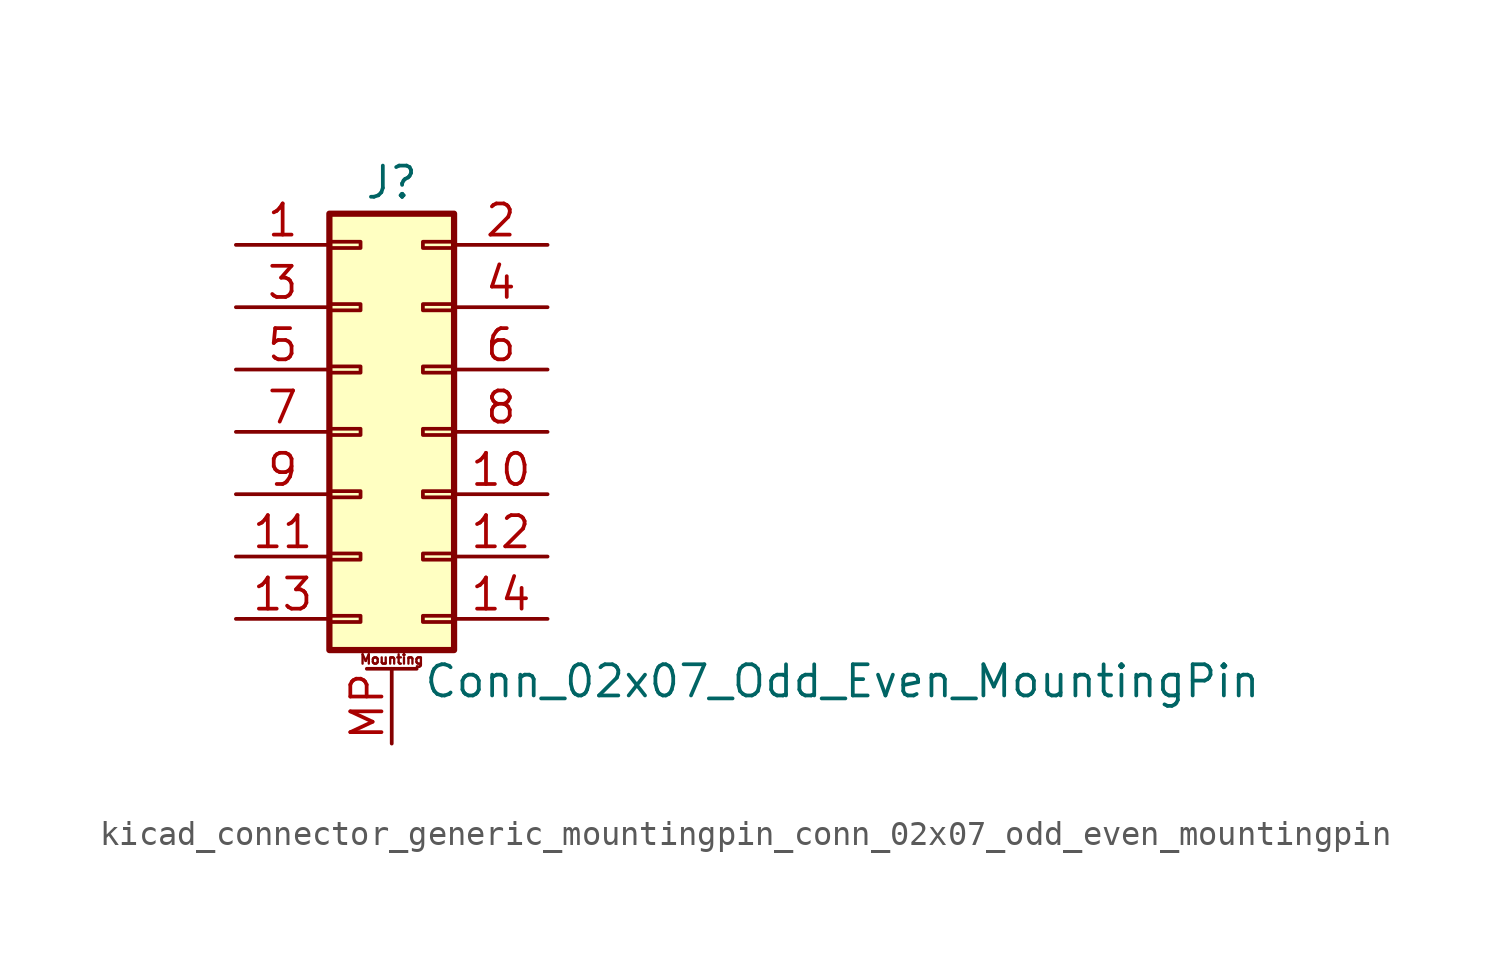
<source format=kicad_sym>
(kicad_symbol_lib
  (version 20220914)
  (generator kicad_symbol_editor)
  (symbol "kicad_connector_generic_mountingpin_conn_02x07_odd_even_mountingpin"
    (pin_names
      (offset 1.016) hide)
    (property "Reference" "J"
      (at 1.27 10.16 0)
      (effects (font (size 1.27 1.27))))
    (property "Value" "Conn_02x07_Odd_Even_MountingPin"
      (at 2.54 -10.16 0)
      (effects (font (size 1.27 1.27)) (justify left)))
    (symbol "kicad_connector_generic_mountingpin_conn_02x07_odd_even_mountingpin_1_1"
      (rectangle (start -1.27 -7.493) (end 0 -7.747) (stroke (width 0.152) (type default)) (fill (type none)))
      (rectangle (start -1.27 -4.953) (end 0 -5.207) (stroke (width 0.152) (type default)) (fill (type none)))
      (rectangle (start -1.27 -2.413) (end 0 -2.667) (stroke (width 0.152) (type default)) (fill (type none)))
      (rectangle (start -1.27 0.127) (end 0 -0.127) (stroke (width 0.152) (type default)) (fill (type none)))
      (rectangle (start -1.27 2.667) (end 0 2.413) (stroke (width 0.152) (type default)) (fill (type none)))
      (rectangle (start -1.27 5.207) (end 0 4.953) (stroke (width 0.152) (type default)) (fill (type none)))
      (rectangle (start -1.27 7.747) (end 0 7.493) (stroke (width 0.152) (type default)) (fill (type none)))
      (rectangle (start -1.27 8.89) (end 3.81 -8.89) (stroke (width 0.254) (type default)) (fill (type background)))
      (polyline (pts (xy 0.254 -9.652) (xy 2.286 -9.652)) (stroke (width 0.152) (type default)) (fill (type none)))
      (rectangle (start 3.81 -7.493) (end 2.54 -7.747) (stroke (width 0.152) (type default)) (fill (type none)))
      (rectangle (start 3.81 -4.953) (end 2.54 -5.207) (stroke (width 0.152) (type default)) (fill (type none)))
      (rectangle (start 3.81 -2.413) (end 2.54 -2.667) (stroke (width 0.152) (type default)) (fill (type none)))
      (rectangle (start 3.81 0.127) (end 2.54 -0.127) (stroke (width 0.152) (type default)) (fill (type none)))
      (rectangle (start 3.81 2.667) (end 2.54 2.413) (stroke (width 0.152) (type default)) (fill (type none)))
      (rectangle (start 3.81 5.207) (end 2.54 4.953) (stroke (width 0.152) (type default)) (fill (type none)))
      (rectangle (start 3.81 7.747) (end 2.54 7.493) (stroke (width 0.152) (type default)) (fill (type none)))
      (text "Mounting" (at 1.27 -9.271 0) (effects (font (size 0.381 0.381))))
      (pin passive line (at -5.08 7.62 0) (length 3.81) (name "Pin_1" (effects (font (size 1.27 1.27)))) (number "1" (effects (font (size 1.27 1.27)))))
      (pin passive line (at 7.62 -2.54 180) (length 3.81) (name "Pin_10" (effects (font (size 1.27 1.27)))) (number "10" (effects (font (size 1.27 1.27)))))
      (pin passive line (at -5.08 -5.08 0) (length 3.81) (name "Pin_11" (effects (font (size 1.27 1.27)))) (number "11" (effects (font (size 1.27 1.27)))))
      (pin passive line (at 7.62 -5.08 180) (length 3.81) (name "Pin_12" (effects (font (size 1.27 1.27)))) (number "12" (effects (font (size 1.27 1.27)))))
      (pin passive line (at -5.08 -7.62 0) (length 3.81) (name "Pin_13" (effects (font (size 1.27 1.27)))) (number "13" (effects (font (size 1.27 1.27)))))
      (pin passive line (at 7.62 -7.62 180) (length 3.81) (name "Pin_14" (effects (font (size 1.27 1.27)))) (number "14" (effects (font (size 1.27 1.27)))))
      (pin passive line (at 7.62 7.62 180) (length 3.81) (name "Pin_2" (effects (font (size 1.27 1.27)))) (number "2" (effects (font (size 1.27 1.27)))))
      (pin passive line (at -5.08 5.08 0) (length 3.81) (name "Pin_3" (effects (font (size 1.27 1.27)))) (number "3" (effects (font (size 1.27 1.27)))))
      (pin passive line (at 7.62 5.08 180) (length 3.81) (name "Pin_4" (effects (font (size 1.27 1.27)))) (number "4" (effects (font (size 1.27 1.27)))))
      (pin passive line (at -5.08 2.54 0) (length 3.81) (name "Pin_5" (effects (font (size 1.27 1.27)))) (number "5" (effects (font (size 1.27 1.27)))))
      (pin passive line (at 7.62 2.54 180) (length 3.81) (name "Pin_6" (effects (font (size 1.27 1.27)))) (number "6" (effects (font (size 1.27 1.27)))))
      (pin passive line (at -5.08 0 0) (length 3.81) (name "Pin_7" (effects (font (size 1.27 1.27)))) (number "7" (effects (font (size 1.27 1.27)))))
      (pin passive line (at 7.62 0 180) (length 3.81) (name "Pin_8" (effects (font (size 1.27 1.27)))) (number "8" (effects (font (size 1.27 1.27)))))
      (pin passive line (at -5.08 -2.54 0) (length 3.81) (name "Pin_9" (effects (font (size 1.27 1.27)))) (number "9" (effects (font (size 1.27 1.27)))))
      (pin passive line (at 1.27 -12.7 90) (length 3.048) (name "MountPin" (effects (font (size 1.27 1.27)))) (number "MP" (effects (font (size 1.27 1.27))))))))
</source>
